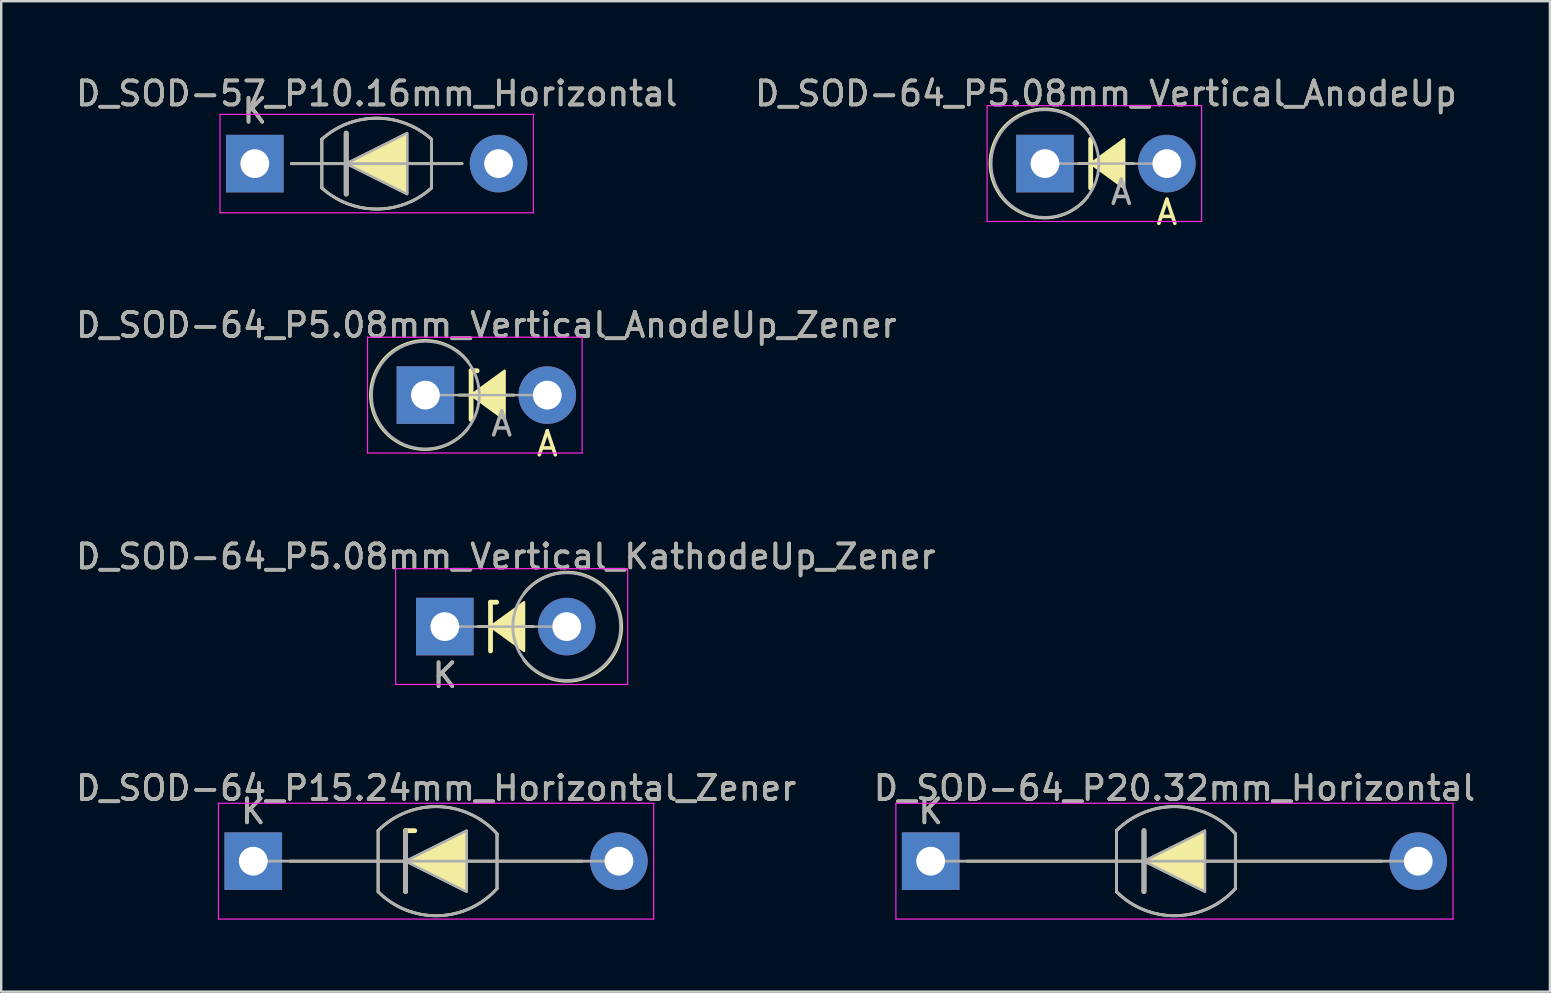
<source format=kicad_pcb>
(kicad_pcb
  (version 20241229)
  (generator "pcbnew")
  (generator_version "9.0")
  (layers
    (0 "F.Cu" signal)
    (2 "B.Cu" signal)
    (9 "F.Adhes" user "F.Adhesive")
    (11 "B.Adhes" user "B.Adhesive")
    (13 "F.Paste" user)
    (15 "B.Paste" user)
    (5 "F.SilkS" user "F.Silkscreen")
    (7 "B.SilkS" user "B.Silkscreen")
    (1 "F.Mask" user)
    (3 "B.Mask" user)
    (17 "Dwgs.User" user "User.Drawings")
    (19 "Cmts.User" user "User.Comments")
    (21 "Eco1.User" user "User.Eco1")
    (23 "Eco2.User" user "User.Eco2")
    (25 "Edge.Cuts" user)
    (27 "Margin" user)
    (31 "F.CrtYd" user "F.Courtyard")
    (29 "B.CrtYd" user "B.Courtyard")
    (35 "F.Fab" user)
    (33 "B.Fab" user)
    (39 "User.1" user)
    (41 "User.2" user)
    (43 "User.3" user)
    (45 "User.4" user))
  (footprint "D_SOD-64_P20.32mm_Horizontal"
    (layer "F.Cu")
    (at 35.739 32.842)
    (property "Reference" "D_SOD-64_P20.32mm_Horizontal" (at 10.16 -3.048 0) (layer "F.SilkS") (effects (font (size 1 1) (thickness 0.15))))
    (attr through_hole)
    (fp_line (start 1.524 0) (end 18.796 0) (stroke (width 0.12) (type solid)) (layer "F.SilkS"))
    (fp_line (start 7.744 1.27) (end 7.744 -1.273) (stroke (width 0.12) (type solid)) (layer "F.SilkS"))
    (fp_line (start 8.89 1.27) (end 8.89 -1.27) (stroke (width 0.2) (type solid)) (layer "F.SilkS"))
    (fp_line (start 12.7 -1.143) (end 12.7 1.143) (stroke (width 0.12) (type solid)) (layer "F.SilkS"))
    (fp_arc (start 7.74366 -1.27334) (mid 10.249833 -2.273039) (end 12.699998 -1.143) (stroke (width 0.12) (type solid)) (layer "F.SilkS"))
    (fp_arc (start 12.7 1.143) (mid 10.250216 2.273029) (end 7.744202 1.273879) (stroke (width 0.12) (type solid)) (layer "F.SilkS"))
    (fp_poly (pts (xy 11.43 1.27) (xy 8.89 0) (xy 11.43 -1.27)) (stroke (width 0.1) (type solid)) (fill yes) (layer "F.SilkS"))
    (fp_line (start -1.45 -2.413) (end -1.45 2.413) (stroke (width 0.05) (type solid)) (layer "F.CrtYd"))
    (fp_line (start -1.45 2.413) (end 21.77 2.413) (stroke (width 0.05) (type solid)) (layer "F.CrtYd"))
    (fp_line (start 21.77 -2.413) (end -1.45 -2.413) (stroke (width 0.05) (type solid)) (layer "F.CrtYd"))
    (fp_line (start 21.77 2.413) (end 21.77 -2.413) (stroke (width 0.05) (type solid)) (layer "F.CrtYd"))
    (fp_line (start 0 0) (end 20.32 0) (stroke (width 0.12) (type solid)) (layer "F.Fab"))
    (fp_line (start 7.744 1.274) (end 7.744 -1.273) (stroke (width 0.12) (type solid)) (layer "F.Fab"))
    (fp_line (start 8.89 1.27) (end 8.89 -1.27) (stroke (width 0.2) (type solid)) (layer "F.Fab"))
    (fp_line (start 12.7 -1.143) (end 12.7 1.143) (stroke (width 0.12) (type solid)) (layer "F.Fab"))
    (fp_arc (start 7.7442 -1.273879) (mid 10.250214 -2.273029) (end 12.699998 -1.143) (stroke (width 0.12) (type solid)) (layer "F.Fab"))
    (fp_arc (start 12.7 1.143) (mid 10.250216 2.273029) (end 7.744202 1.273879) (stroke (width 0.12) (type solid)) (layer "F.Fab"))
    (fp_poly (pts (xy 11.43 1.27) (xy 8.89 0) (xy 11.43 -1.27)) (stroke (width 0.1) (type solid)) (fill no) (layer "F.Fab"))
    (fp_text user "K" (at 0 -2.073 0) (layer "F.SilkS") (effects (font (size 1 1) (thickness 0.15))))
    (fp_text user "K" (at 0 -2.073 0) (layer "F.Fab") (effects (font (size 1 1) (thickness 0.15))))
    (fp_text user "${REFERENCE}" (at 10.16 -3.048 0) (layer "F.Fab") (effects (font (size 1 1) (thickness 0.15))))
    (pad "1" thru_hole rect (at 0 0) (size 2.4 2.4) (drill 1.2) (layers "*.Cu" "*.Mask"))
    (pad "2" thru_hole oval (at 20.32 0) (size 2.4 2.4) (drill 1.2) (layers "*.Cu" "*.Mask")))
  (footprint "D_SOD-64_P15.24mm_Horizontal_Zener"
    (layer "F.Cu")
    (at 7.505 32.842)
    (property "Reference" "D_SOD-64_P15.24mm_Horizontal_Zener" (at 7.62 -3.048 0) (layer "F.SilkS") (effects (font (size 1 1) (thickness 0.15))))
    (attr through_hole)
    (fp_line (start 1.524 0) (end 13.716 0) (stroke (width 0.12) (type solid)) (layer "F.SilkS"))
    (fp_line (start 5.204 1.27) (end 5.204 -1.273) (stroke (width 0.12) (type solid)) (layer "F.SilkS"))
    (fp_line (start 6.35 -1.27) (end 6.731 -1.27) (stroke (width 0.2) (type solid)) (layer "F.SilkS"))
    (fp_line (start 6.35 1.27) (end 6.35 -1.27) (stroke (width 0.2) (type solid)) (layer "F.SilkS"))
    (fp_line (start 10.16 -1.143) (end 10.16 1.143) (stroke (width 0.12) (type solid)) (layer "F.SilkS"))
    (fp_arc (start 5.20366 -1.27334) (mid 7.709833 -2.273039) (end 10.159998 -1.143) (stroke (width 0.12) (type solid)) (layer "F.SilkS"))
    (fp_arc (start 10.16 1.143) (mid 7.710216 2.273029) (end 5.204202 1.273879) (stroke (width 0.12) (type solid)) (layer "F.SilkS"))
    (fp_poly (pts (xy 8.89 1.27) (xy 6.35 0) (xy 8.89 -1.27)) (stroke (width 0.1) (type solid)) (fill yes) (layer "F.SilkS"))
    (fp_line (start -1.45 -2.413) (end -1.45 2.413) (stroke (width 0.05) (type solid)) (layer "F.CrtYd"))
    (fp_line (start -1.45 2.413) (end 16.69 2.413) (stroke (width 0.05) (type solid)) (layer "F.CrtYd"))
    (fp_line (start 16.69 -2.413) (end -1.45 -2.413) (stroke (width 0.05) (type solid)) (layer "F.CrtYd"))
    (fp_line (start 16.69 2.413) (end 16.69 -2.413) (stroke (width 0.05) (type solid)) (layer "F.CrtYd"))
    (fp_line (start 0 0) (end 15.24 0) (stroke (width 0.12) (type solid)) (layer "F.Fab"))
    (fp_line (start 5.204 1.274) (end 5.204 -1.273) (stroke (width 0.12) (type solid)) (layer "F.Fab"))
    (fp_line (start 6.35 1.27) (end 6.35 -1.27) (stroke (width 0.2) (type solid)) (layer "F.Fab"))
    (fp_line (start 10.16 -1.143) (end 10.16 1.143) (stroke (width 0.12) (type solid)) (layer "F.Fab"))
    (fp_arc (start 5.2042 -1.273879) (mid 7.710214 -2.273029) (end 10.159998 -1.143) (stroke (width 0.12) (type solid)) (layer "F.Fab"))
    (fp_arc (start 10.16 1.143) (mid 7.710216 2.273029) (end 5.204202 1.273879) (stroke (width 0.12) (type solid)) (layer "F.Fab"))
    (fp_poly (pts (xy 8.89 1.27) (xy 6.35 0) (xy 8.89 -1.27)) (stroke (width 0.1) (type solid)) (fill no) (layer "F.Fab"))
    (fp_text user "K" (at 0 -2.073 0) (layer "F.SilkS") (effects (font (size 1 1) (thickness 0.15))))
    (fp_text user "K" (at 0 -2.073 0) (layer "F.Fab") (effects (font (size 1 1) (thickness 0.15))))
    (fp_text user "${REFERENCE}" (at 7.62 -3.048 0) (layer "F.Fab") (effects (font (size 1 1) (thickness 0.15))))
    (pad "1" thru_hole rect (at 0 0) (size 2.4 2.4) (drill 1.2) (layers "*.Cu" "*.Mask"))
    (pad "2" thru_hole oval (at 15.24 0) (size 2.4 2.4) (drill 1.2) (layers "*.Cu" "*.Mask")))
  (footprint "D_SOD-64_P5.08mm_Vertical_AnodeUp"
    (layer "F.Cu")
    (at 40.502 3.768)
    (property "Reference" "D_SOD-64_P5.08mm_Vertical_AnodeUp" (at 2.54 -2.92 0) (layer "F.SilkS") (effects (font (size 1 1) (thickness 0.15))))
    (attr through_hole)
    (fp_line (start 1.397 0) (end 2.413 0) (stroke (width 0.12) (type solid)) (layer "F.SilkS"))
    (fp_line (start 1.905 -1.016) (end 1.905 1.016) (stroke (width 0.2) (type solid)) (layer "F.SilkS"))
    (fp_line (start 1.92 0) (end 3.683 0) (stroke (width 0.12) (type solid)) (layer "F.SilkS"))
    (fp_arc (start 1.772461 1.392669) (mid -2.28629 -0.01023) (end 1.778 -1.397) (stroke (width 0.12) (type solid)) (layer "F.SilkS"))
    (fp_poly (pts (xy 3.302 1.016) (xy 1.905 0) (xy 3.302 -1.016)) (stroke (width 0.1) (type solid)) (fill yes) (layer "F.SilkS"))
    (fp_line (start -2.413 -2.413) (end -2.413 2.413) (stroke (width 0.05) (type solid)) (layer "F.CrtYd"))
    (fp_line (start -2.413 2.413) (end 6.53 2.413) (stroke (width 0.05) (type solid)) (layer "F.CrtYd"))
    (fp_line (start 6.53 -2.413) (end -2.413 -2.413) (stroke (width 0.05) (type solid)) (layer "F.CrtYd"))
    (fp_line (start 6.53 2.413) (end 6.53 -2.413) (stroke (width 0.05) (type solid)) (layer "F.CrtYd"))
    (fp_line (start 0 0) (end 5.08 0) (stroke (width 0.1) (type solid)) (layer "F.Fab"))
    (fp_circle (center 0 0) (end 1.651 -1.524) (stroke (width 0.12) (type solid)) (fill no) (layer "F.Fab"))
    (fp_text user "A" (at 5.08 2.032 0) (layer "F.SilkS") (effects (font (size 1 1) (thickness 0.15))))
    (fp_text user "${REFERENCE}" (at 2.54 -2.92 0) (layer "F.Fab") (effects (font (size 1 1) (thickness 0.15))))
    (fp_text user "A" (at 3.18 1.2 0) (layer "F.Fab") (effects (font (size 1 1) (thickness 0.15))))
    (pad "1" thru_hole rect (at 0 0) (size 2.4 2.4) (drill 1.2) (layers "*.Cu" "*.Mask"))
    (pad "2" thru_hole oval (at 5.08 0) (size 2.4 2.4) (drill 1.2) (layers "*.Cu" "*.Mask")))
  (footprint "D_SOD-57_P10.16mm_Horizontal"
    (layer "F.Cu")
    (at 7.569 3.769)
    (property "Reference" "D_SOD-57_P10.16mm_Horizontal" (at 5.08 -2.92 0) (layer "F.SilkS") (effects (font (size 1 1) (thickness 0.15))))
    (attr through_hole)
    (fp_line (start 1.524 0) (end 8.636 0) (stroke (width 0.12) (type solid)) (layer "F.SilkS"))
    (fp_line (start 2.794 -1.016) (end 2.794 1.016) (stroke (width 0.12) (type solid)) (layer "F.SilkS"))
    (fp_line (start 3.81 1.27) (end 3.81 -1.27) (stroke (width 0.2) (type solid)) (layer "F.SilkS"))
    (fp_line (start 7.366 -1.016) (end 7.366 1.016) (stroke (width 0.12) (type solid)) (layer "F.SilkS"))
    (fp_arc (start 2.794 -1.016) (mid 5.079999 -1.89322) (end 7.365998 -1.016) (stroke (width 0.12) (type solid)) (layer "F.SilkS"))
    (fp_arc (start 7.366 1.016) (mid 5.080001 1.89322) (end 2.794002 1.016) (stroke (width 0.12) (type solid)) (layer "F.SilkS"))
    (fp_poly (pts (xy 6.35 1.27) (xy 3.81 0) (xy 6.35 -1.27)) (stroke (width 0.1) (type solid)) (fill yes) (layer "F.SilkS"))
    (fp_line (start -1.45 -2.05) (end -1.45 2.05) (stroke (width 0.05) (type solid)) (layer "F.CrtYd"))
    (fp_line (start -1.45 2.05) (end 11.61 2.05) (stroke (width 0.05) (type solid)) (layer "F.CrtYd"))
    (fp_line (start 11.61 -2.05) (end -1.45 -2.05) (stroke (width 0.05) (type solid)) (layer "F.CrtYd"))
    (fp_line (start 11.61 2.05) (end 11.61 -2.05) (stroke (width 0.05) (type solid)) (layer "F.CrtYd"))
    (fp_line (start 1.524 0) (end 8.636 0) (stroke (width 0.12) (type solid)) (layer "F.Fab"))
    (fp_line (start 2.794 -1.016) (end 2.794 1.016) (stroke (width 0.12) (type solid)) (layer "F.Fab"))
    (fp_line (start 3.81 1.27) (end 3.81 -1.27) (stroke (width 0.2) (type solid)) (layer "F.Fab"))
    (fp_line (start 7.366 -1.016) (end 7.366 1.016) (stroke (width 0.12) (type solid)) (layer "F.Fab"))
    (fp_arc (start 2.794 -1.016) (mid 5.08037 -1.894241) (end 7.367132 -1.017021) (stroke (width 0.12) (type solid)) (layer "F.Fab"))
    (fp_arc (start 7.367134 1.014979) (mid 5.080764 1.89322) (end 2.794002 1.016) (stroke (width 0.12) (type solid)) (layer "F.Fab"))
    (fp_poly (pts (xy 6.35 1.27) (xy 3.81 0) (xy 6.35 -1.27)) (stroke (width 0.1) (type solid)) (fill no) (layer "F.Fab"))
    (fp_text user "K" (at 0 -2.2 0) (layer "F.SilkS") (effects (font (size 1 1) (thickness 0.15))))
    (fp_text user "${REFERENCE}" (at 5.08 -2.921 0) (layer "F.Fab") (effects (font (size 1 1) (thickness 0.15))))
    (fp_text user "K" (at 0 -2.2 0) (layer "F.Fab") (effects (font (size 1 1) (thickness 0.15))))
    (pad "1" thru_hole rect (at 0 0) (size 2.4 2.4) (drill 1.2) (layers "*.Cu" "*.Mask"))
    (pad "2" thru_hole oval (at 10.16 0) (size 2.4 2.4) (drill 1.2) (layers "*.Cu" "*.Mask")))
  (footprint "D_SOD-64_P5.08mm_Vertical_KathodeUp_Zener"
    (layer "F.Cu")
    (at 15.49 23.065)
    (property "Reference" "D_SOD-64_P5.08mm_Vertical_KathodeUp_Zener" (at 2.54 -2.92 0) (layer "F.SilkS") (effects (font (size 1 1) (thickness 0.15))))
    (attr through_hole)
    (fp_line (start 1.397 0) (end 2.413 0) (stroke (width 0.12) (type solid)) (layer "F.SilkS"))
    (fp_line (start 1.905 -1.016) (end 1.905 1.016) (stroke (width 0.2) (type solid)) (layer "F.SilkS"))
    (fp_line (start 1.905 -1.016) (end 2.159 -1.016) (stroke (width 0.2) (type solid)) (layer "F.SilkS"))
    (fp_line (start 1.92 0) (end 3.683 0) (stroke (width 0.12) (type solid)) (layer "F.SilkS"))
    (fp_arc (start 3.307539 -1.392669) (mid 7.36629 0.01023) (end 3.302 1.397) (stroke (width 0.12) (type solid)) (layer "F.SilkS"))
    (fp_poly (pts (xy 3.302 1.016) (xy 1.905 0) (xy 3.302 -1.016)) (stroke (width 0.1) (type solid)) (fill yes) (layer "F.SilkS"))
    (fp_line (start -2.05 -2.413) (end -2.05 2.413) (stroke (width 0.05) (type solid)) (layer "F.CrtYd"))
    (fp_line (start -2.05 2.413) (end 7.62 2.413) (stroke (width 0.05) (type solid)) (layer "F.CrtYd"))
    (fp_line (start 7.62 -2.413) (end -2.05 -2.413) (stroke (width 0.05) (type solid)) (layer "F.CrtYd"))
    (fp_line (start 7.62 2.413) (end 7.62 -2.413) (stroke (width 0.05) (type solid)) (layer "F.CrtYd"))
    (fp_line (start 0 0) (end 5.08 0) (stroke (width 0.1) (type solid)) (layer "F.Fab"))
    (fp_circle (center 5.08 0) (end 3.429 -1.524) (stroke (width 0.12) (type solid)) (fill no) (layer "F.Fab"))
    (fp_text user "K" (at 0 2.032 0) (layer "F.SilkS") (effects (font (size 1 1) (thickness 0.15))))
    (fp_text user "K" (at 0 2.032 0) (layer "F.Fab") (effects (font (size 1 1) (thickness 0.15))))
    (fp_text user "${REFERENCE}" (at 2.54 -2.92 0) (layer "F.Fab") (effects (font (size 1 1) (thickness 0.15))))
    (pad "1" thru_hole rect (at 0 0) (size 2.4 2.4) (drill 1.2) (layers "*.Cu" "*.Mask"))
    (pad "2" thru_hole oval (at 5.08 0) (size 2.4 2.4) (drill 1.2) (layers "*.Cu" "*.Mask")))
  (footprint "D_SOD-64_P5.08mm_Vertical_AnodeUp_Zener"
    (layer "F.Cu")
    (at 14.68 13.417)
    (property "Reference" "D_SOD-64_P5.08mm_Vertical_AnodeUp_Zener" (at 2.54 -2.92 0) (layer "F.SilkS") (effects (font (size 1 1) (thickness 0.15))))
    (attr through_hole)
    (fp_line (start 1.397 0) (end 2.413 0) (stroke (width 0.12) (type solid)) (layer "F.SilkS"))
    (fp_line (start 1.905 -1.016) (end 1.905 1.016) (stroke (width 0.2) (type solid)) (layer "F.SilkS"))
    (fp_line (start 1.905 -1.016) (end 2.159 -1.016) (stroke (width 0.2) (type solid)) (layer "F.SilkS"))
    (fp_line (start 1.92 0) (end 3.683 0) (stroke (width 0.12) (type solid)) (layer "F.SilkS"))
    (fp_arc (start 1.772461 1.392669) (mid -2.28629 -0.01023) (end 1.778 -1.397) (stroke (width 0.12) (type solid)) (layer "F.SilkS"))
    (fp_poly (pts (xy 3.302 1.016) (xy 1.905 0) (xy 3.302 -1.016)) (stroke (width 0.1) (type solid)) (fill yes) (layer "F.SilkS"))
    (fp_line (start -2.413 -2.413) (end -2.413 2.413) (stroke (width 0.05) (type solid)) (layer "F.CrtYd"))
    (fp_line (start -2.413 2.413) (end 6.53 2.413) (stroke (width 0.05) (type solid)) (layer "F.CrtYd"))
    (fp_line (start 6.53 -2.413) (end -2.413 -2.413) (stroke (width 0.05) (type solid)) (layer "F.CrtYd"))
    (fp_line (start 6.53 2.413) (end 6.53 -2.413) (stroke (width 0.05) (type solid)) (layer "F.CrtYd"))
    (fp_line (start 0 0) (end 5.08 0) (stroke (width 0.1) (type solid)) (layer "F.Fab"))
    (fp_circle (center 0 0) (end 1.651 -1.524) (stroke (width 0.12) (type solid)) (fill no) (layer "F.Fab"))
    (fp_text user "A" (at 5.08 2.032 0) (layer "F.SilkS") (effects (font (size 1 1) (thickness 0.15))))
    (fp_text user "A" (at 3.18 1.2 0) (layer "F.Fab") (effects (font (size 1 1) (thickness 0.15))))
    (fp_text user "${REFERENCE}" (at 2.54 -2.92 0) (layer "F.Fab") (effects (font (size 1 1) (thickness 0.15))))
    (pad "1" thru_hole rect (at 0 0) (size 2.4 2.4) (drill 1.2) (layers "*.Cu" "*.Mask"))
    (pad "2" thru_hole oval (at 5.08 0) (size 2.4 2.4) (drill 1.2) (layers "*.Cu" "*.Mask")))
  (gr_rect
    (start -3 -3)
    (end 61.548 38.28)
    (stroke (width 0.1) (type default))
    (fill no)
    (layer "Edge.Cuts")))
</source>
